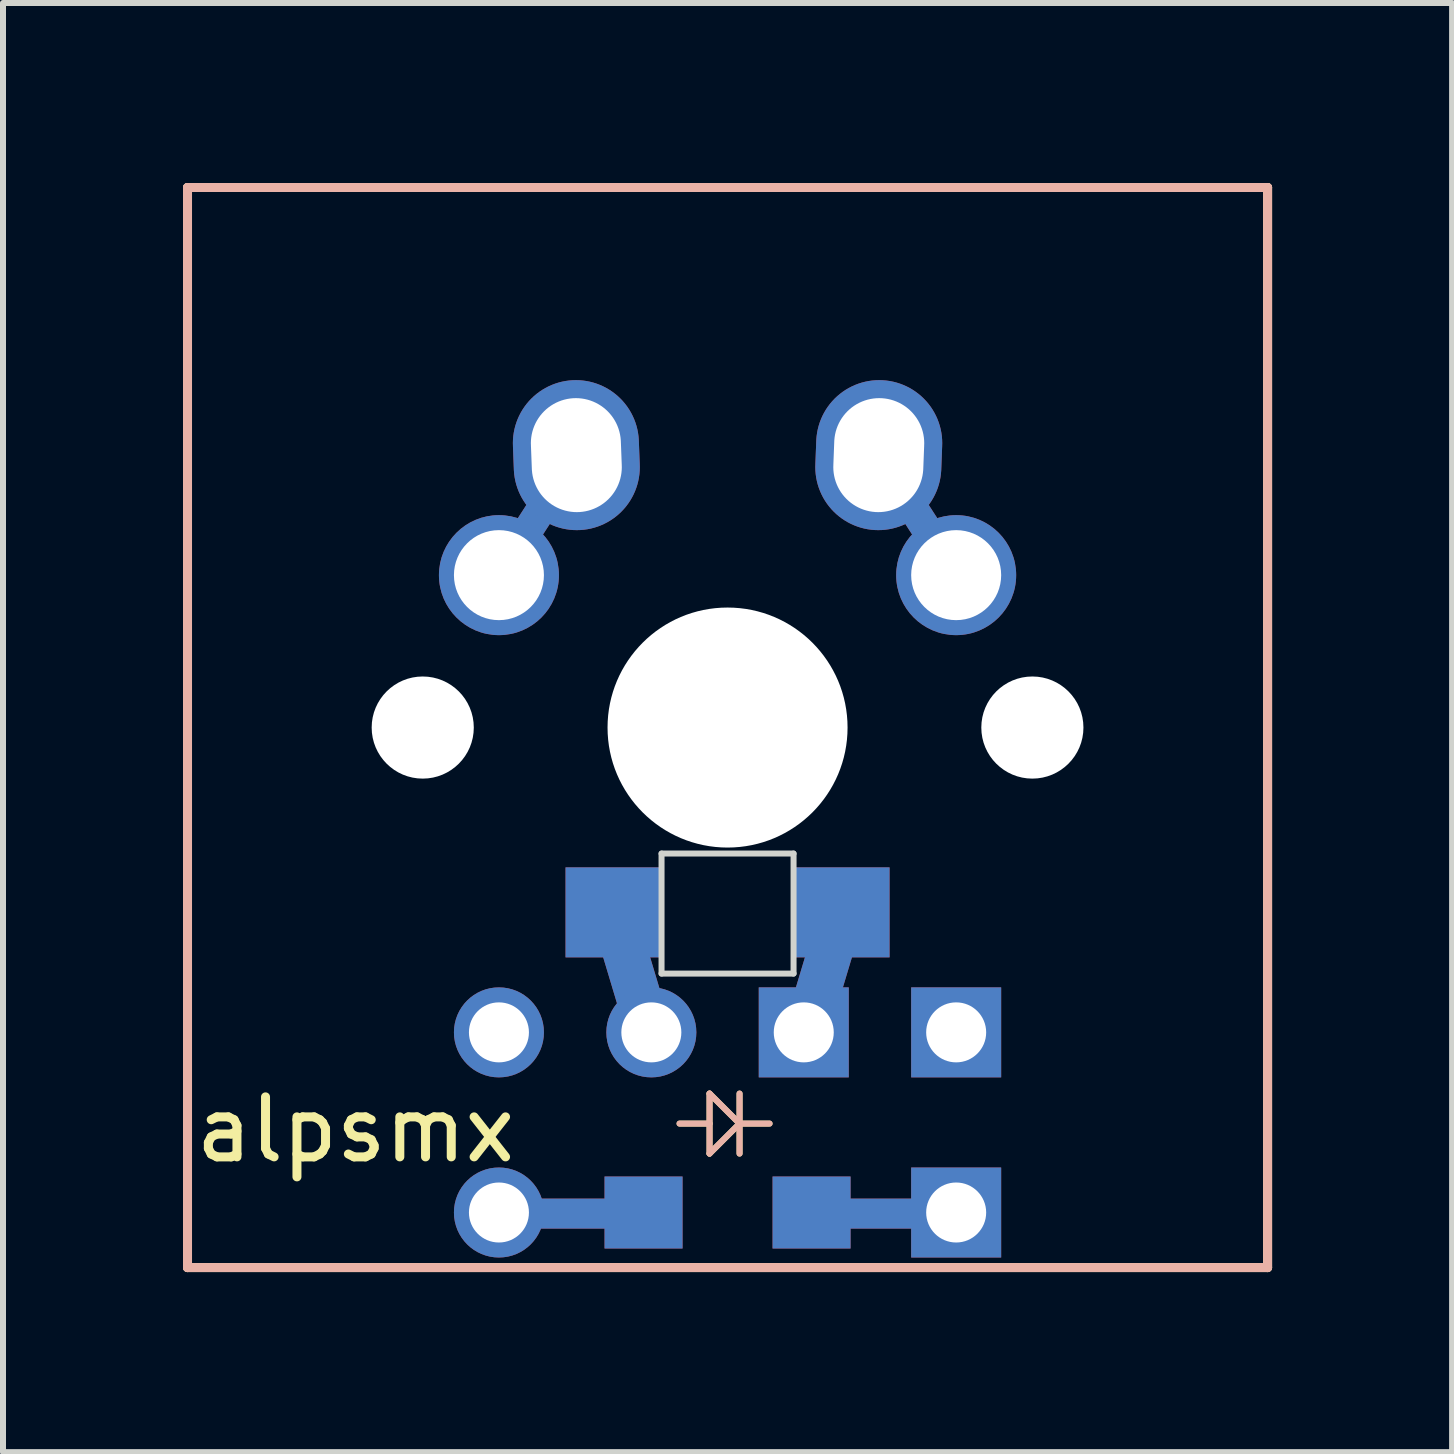
<source format=kicad_pcb>
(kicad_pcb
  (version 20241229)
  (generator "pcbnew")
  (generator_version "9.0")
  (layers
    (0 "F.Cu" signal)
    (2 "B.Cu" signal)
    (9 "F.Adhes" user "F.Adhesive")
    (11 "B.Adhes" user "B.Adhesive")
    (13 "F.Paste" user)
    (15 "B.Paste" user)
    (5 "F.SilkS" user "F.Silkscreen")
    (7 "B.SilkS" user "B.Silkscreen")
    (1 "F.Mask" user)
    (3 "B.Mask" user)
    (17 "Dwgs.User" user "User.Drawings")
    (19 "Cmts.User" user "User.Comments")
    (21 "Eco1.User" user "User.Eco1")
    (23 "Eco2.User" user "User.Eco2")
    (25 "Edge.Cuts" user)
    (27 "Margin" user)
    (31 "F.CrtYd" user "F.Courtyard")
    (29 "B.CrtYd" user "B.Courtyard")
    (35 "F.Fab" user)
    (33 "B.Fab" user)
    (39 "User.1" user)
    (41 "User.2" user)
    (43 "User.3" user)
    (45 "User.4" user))
  (footprint "alpsmx"
    (layer "F.Cu")
    (at 9.075 9.075)
    (property "Reference" "alpsmx" (at -6.2 6.7 0) (layer "F.SilkS") (effects (font (size 1 1) (thickness 0.15))))
    (attr through_hole)
    (fp_line (start -3.8 8.1) (end -1.3 8.1) (stroke (width 0.5) (type solid)) (layer "F.Cu"))
    (fp_line (start -2.52 -4.54) (end -3.81 -2.54) (stroke (width 0.5) (type solid)) (layer "F.Cu"))
    (fp_line (start -1.3 5.1) (end -1.9 3.1) (stroke (width 0.75) (type solid)) (layer "F.Cu"))
    (fp_line (start 1.3 5.1) (end 1.9 3.1) (stroke (width 0.75) (type solid)) (layer "F.Cu"))
    (fp_line (start 2.52 -4.54) (end 3.81 -2.54) (stroke (width 0.5) (type solid)) (layer "F.Cu"))
    (fp_line (start 3.8 8.1) (end 1.3 8.1) (stroke (width 0.5) (type solid)) (layer "F.Cu"))
    (fp_line (start -3.8 8.1) (end -1.3 8.1) (stroke (width 0.5) (type solid)) (layer "B.Cu"))
    (fp_line (start -2.52 -4.54) (end -3.81 -2.54) (stroke (width 0.5) (type solid)) (layer "B.Cu"))
    (fp_line (start -1.9 3.1) (end -1.3 5.1) (stroke (width 0.75) (type solid)) (layer "B.Cu"))
    (fp_line (start 1.9 3.1) (end 1.3 5.1) (stroke (width 0.75) (type solid)) (layer "B.Cu"))
    (fp_line (start 2.52 -4.54) (end 3.81 -2.54) (stroke (width 0.5) (type solid)) (layer "B.Cu"))
    (fp_line (start 3.8 8.1) (end 1.3 8.1) (stroke (width 0.5) (type solid)) (layer "B.Cu"))
    (fp_line (start -9 -9) (end 9 -9) (stroke (width 0.15) (type solid)) (layer "F.SilkS"))
    (fp_line (start -9 9) (end -9 -9) (stroke (width 0.15) (type solid)) (layer "F.SilkS"))
    (fp_line (start -0.3 6.1) (end 0.2 6.6) (stroke (width 0.1) (type solid)) (layer "F.SilkS"))
    (fp_line (start -0.3 6.6) (end -0.8 6.6) (stroke (width 0.1) (type solid)) (layer "F.SilkS"))
    (fp_line (start -0.3 7.1) (end -0.3 6.1) (stroke (width 0.1) (type solid)) (layer "F.SilkS"))
    (fp_line (start 0.2 6.1) (end 0.2 7.1) (stroke (width 0.1) (type solid)) (layer "F.SilkS"))
    (fp_line (start 0.2 6.6) (end -0.3 7.1) (stroke (width 0.1) (type solid)) (layer "F.SilkS"))
    (fp_line (start 0.2 6.6) (end 0.7 6.6) (stroke (width 0.1) (type solid)) (layer "F.SilkS"))
    (fp_line (start 9 -9) (end 9 9) (stroke (width 0.15) (type solid)) (layer "F.SilkS"))
    (fp_line (start 9 9) (end -9 9) (stroke (width 0.15) (type solid)) (layer "F.SilkS"))
    (fp_line (start -9 -9) (end 9 -9) (stroke (width 0.15) (type solid)) (layer "B.SilkS"))
    (fp_line (start -9 9) (end -9 -9) (stroke (width 0.15) (type solid)) (layer "B.SilkS"))
    (fp_line (start -0.3 6.1) (end 0.2 6.6) (stroke (width 0.1) (type solid)) (layer "B.SilkS"))
    (fp_line (start -0.3 6.6) (end -0.8 6.6) (stroke (width 0.1) (type solid)) (layer "B.SilkS"))
    (fp_line (start -0.3 7.1) (end -0.3 6.1) (stroke (width 0.1) (type solid)) (layer "B.SilkS"))
    (fp_line (start 0.2 6.1) (end 0.2 7.1) (stroke (width 0.1) (type solid)) (layer "B.SilkS"))
    (fp_line (start 0.2 6.6) (end -0.3 7.1) (stroke (width 0.1) (type solid)) (layer "B.SilkS"))
    (fp_line (start 0.2 6.6) (end 0.7 6.6) (stroke (width 0.1) (type solid)) (layer "B.SilkS"))
    (fp_line (start 9 -9) (end 9 9) (stroke (width 0.15) (type solid)) (layer "B.SilkS"))
    (fp_line (start 9 9) (end -9 9) (stroke (width 0.15) (type solid)) (layer "B.SilkS"))
    (fp_line (start -7.75 -6.4) (end 7.75 -6.4) (stroke (width 0.15) (type solid)) (layer "Eco1.User"))
    (fp_line (start -7.75 6.4) (end -7.75 -6.4) (stroke (width 0.15) (type solid)) (layer "Eco1.User"))
    (fp_line (start 7.75 -6.4) (end 7.75 6.4) (stroke (width 0.15) (type solid)) (layer "Eco1.User"))
    (fp_line (start 7.75 6.4) (end -7.75 6.4) (stroke (width 0.15) (type solid)) (layer "Eco1.User"))
    (fp_line (start -8 -6) (end -8 -3) (stroke (width 0.15) (type solid)) (layer "Eco2.User"))
    (fp_line (start -8 -6) (end -7 -6) (stroke (width 0.15) (type solid)) (layer "Eco2.User"))
    (fp_line (start -8 -3) (end -7 -3) (stroke (width 0.15) (type solid)) (layer "Eco2.User"))
    (fp_line (start -8 3) (end -7 3) (stroke (width 0.15) (type solid)) (layer "Eco2.User"))
    (fp_line (start -8 6) (end -8 3) (stroke (width 0.15) (type solid)) (layer "Eco2.User"))
    (fp_line (start -8 6) (end -7 6) (stroke (width 0.15) (type solid)) (layer "Eco2.User"))
    (fp_line (start -7 -7) (end -7 -6) (stroke (width 0.15) (type solid)) (layer "Eco2.User"))
    (fp_line (start -7 -7) (end 7 -7) (stroke (width 0.15) (type solid)) (layer "Eco2.User"))
    (fp_line (start -7 -3) (end -7 3) (stroke (width 0.15) (type solid)) (layer "Eco2.User"))
    (fp_line (start -7 7) (end -7 6) (stroke (width 0.15) (type solid)) (layer "Eco2.User"))
    (fp_line (start 7 -7) (end 7 -6) (stroke (width 0.15) (type solid)) (layer "Eco2.User"))
    (fp_line (start 7 -6) (end 8 -6) (stroke (width 0.15) (type solid)) (layer "Eco2.User"))
    (fp_line (start 7 -3) (end 7 3) (stroke (width 0.15) (type solid)) (layer "Eco2.User"))
    (fp_line (start 7 -3) (end 8 -3) (stroke (width 0.15) (type solid)) (layer "Eco2.User"))
    (fp_line (start 7 3) (end 8 3) (stroke (width 0.15) (type solid)) (layer "Eco2.User"))
    (fp_line (start 7 6) (end 8 6) (stroke (width 0.15) (type solid)) (layer "Eco2.User"))
    (fp_line (start 7 7) (end -7 7) (stroke (width 0.15) (type solid)) (layer "Eco2.User"))
    (fp_line (start 7 7) (end 7 6) (stroke (width 0.15) (type solid)) (layer "Eco2.User"))
    (fp_line (start 8 -6) (end 8 -3) (stroke (width 0.15) (type solid)) (layer "Eco2.User"))
    (fp_line (start 8 6) (end 8 3) (stroke (width 0.15) (type solid)) (layer "Eco2.User"))
    (fp_line (start -1.1 2.1) (end 1.1 2.1) (stroke (width 0.1) (type solid)) (layer "Edge.Cuts"))
    (fp_line (start -1.1 4.1) (end -1.1 2.1) (stroke (width 0.1) (type solid)) (layer "Edge.Cuts"))
    (fp_line (start 1.1 2.1) (end 1.1 4.1) (stroke (width 0.1) (type solid)) (layer "Edge.Cuts"))
    (fp_line (start 1.1 4.1) (end -1.1 4.1) (stroke (width 0.1) (type solid)) (layer "Edge.Cuts"))
    (pad "" np_thru_hole circle (at -5.08 0) (size 1.702 1.702) (drill 1.702) (layers "*.Cu"))
    (pad "" thru_hole circle (at -3.81 -2.54) (size 2 2) (drill 1.5) (layers "*.Cu" "*.Mask"))
    (pad "" thru_hole circle (at -3.81 5.08) (size 1.5 1.5) (drill 1) (layers "*.Cu" "*.Mask"))
    (pad "" thru_hole circle (at -3.81 8.082) (size 1.5 1.5) (drill 1) (layers "*.Cu" "*.Mask"))
    (pad "" thru_hole oval (at -2.52 -4.54 2.2) (size 2.1 2.5) (drill oval 1.5 1.9) (layers "*.Cu" "*.Mask"))
    (pad "" smd rect (at -1.9 3.08) (size 1.6 1.5) (layers "*.Cu" "*.Paste" "*.Mask"))
    (pad "" smd rect (at -1.4 8.082) (size 1.3 1.2) (layers "*.Cu" "*.Paste" "*.Mask"))
    (pad "" thru_hole circle (at -1.27 5.08) (size 1.5 1.5) (drill 1) (layers "*.Cu" "*.Mask"))
    (pad "" np_thru_hole circle (at 0 0) (size 4 4) (drill 4) (layers "*.Cu"))
    (pad "" thru_hole rect (at 1.27 5.08) (size 1.5 1.5) (drill 1) (layers "*.Cu" "*.Mask"))
    (pad "" smd rect (at 1.4 8.082) (size 1.3 1.2) (layers "*.Cu" "*.Paste" "*.Mask"))
    (pad "" smd rect (at 1.9 3.08) (size 1.6 1.5) (layers "*.Cu" "*.Paste" "*.Mask"))
    (pad "" thru_hole oval (at 2.52 -4.54 357.8) (size 2.1 2.5) (drill oval 1.5 1.9) (layers "*.Cu" "*.Mask"))
    (pad "" thru_hole circle (at 3.81 -2.54) (size 2 2) (drill 1.5) (layers "*.Cu" "*.Mask"))
    (pad "" thru_hole rect (at 3.81 5.08) (size 1.5 1.5) (drill 1) (layers "*.Cu" "*.Mask"))
    (pad "" thru_hole rect (at 3.81 8.082) (size 1.5 1.5) (drill 1) (layers "*.Cu" "*.Mask"))
    (pad "" np_thru_hole circle (at 5.08 0) (size 1.702 1.702) (drill 1.702) (layers "*.Cu")))
  (gr_rect
    (start -3 -3)
    (end 21.15 21.15)
    (stroke (width 0.1) (type default))
    (fill no)
    (layer "Edge.Cuts")))
</source>
